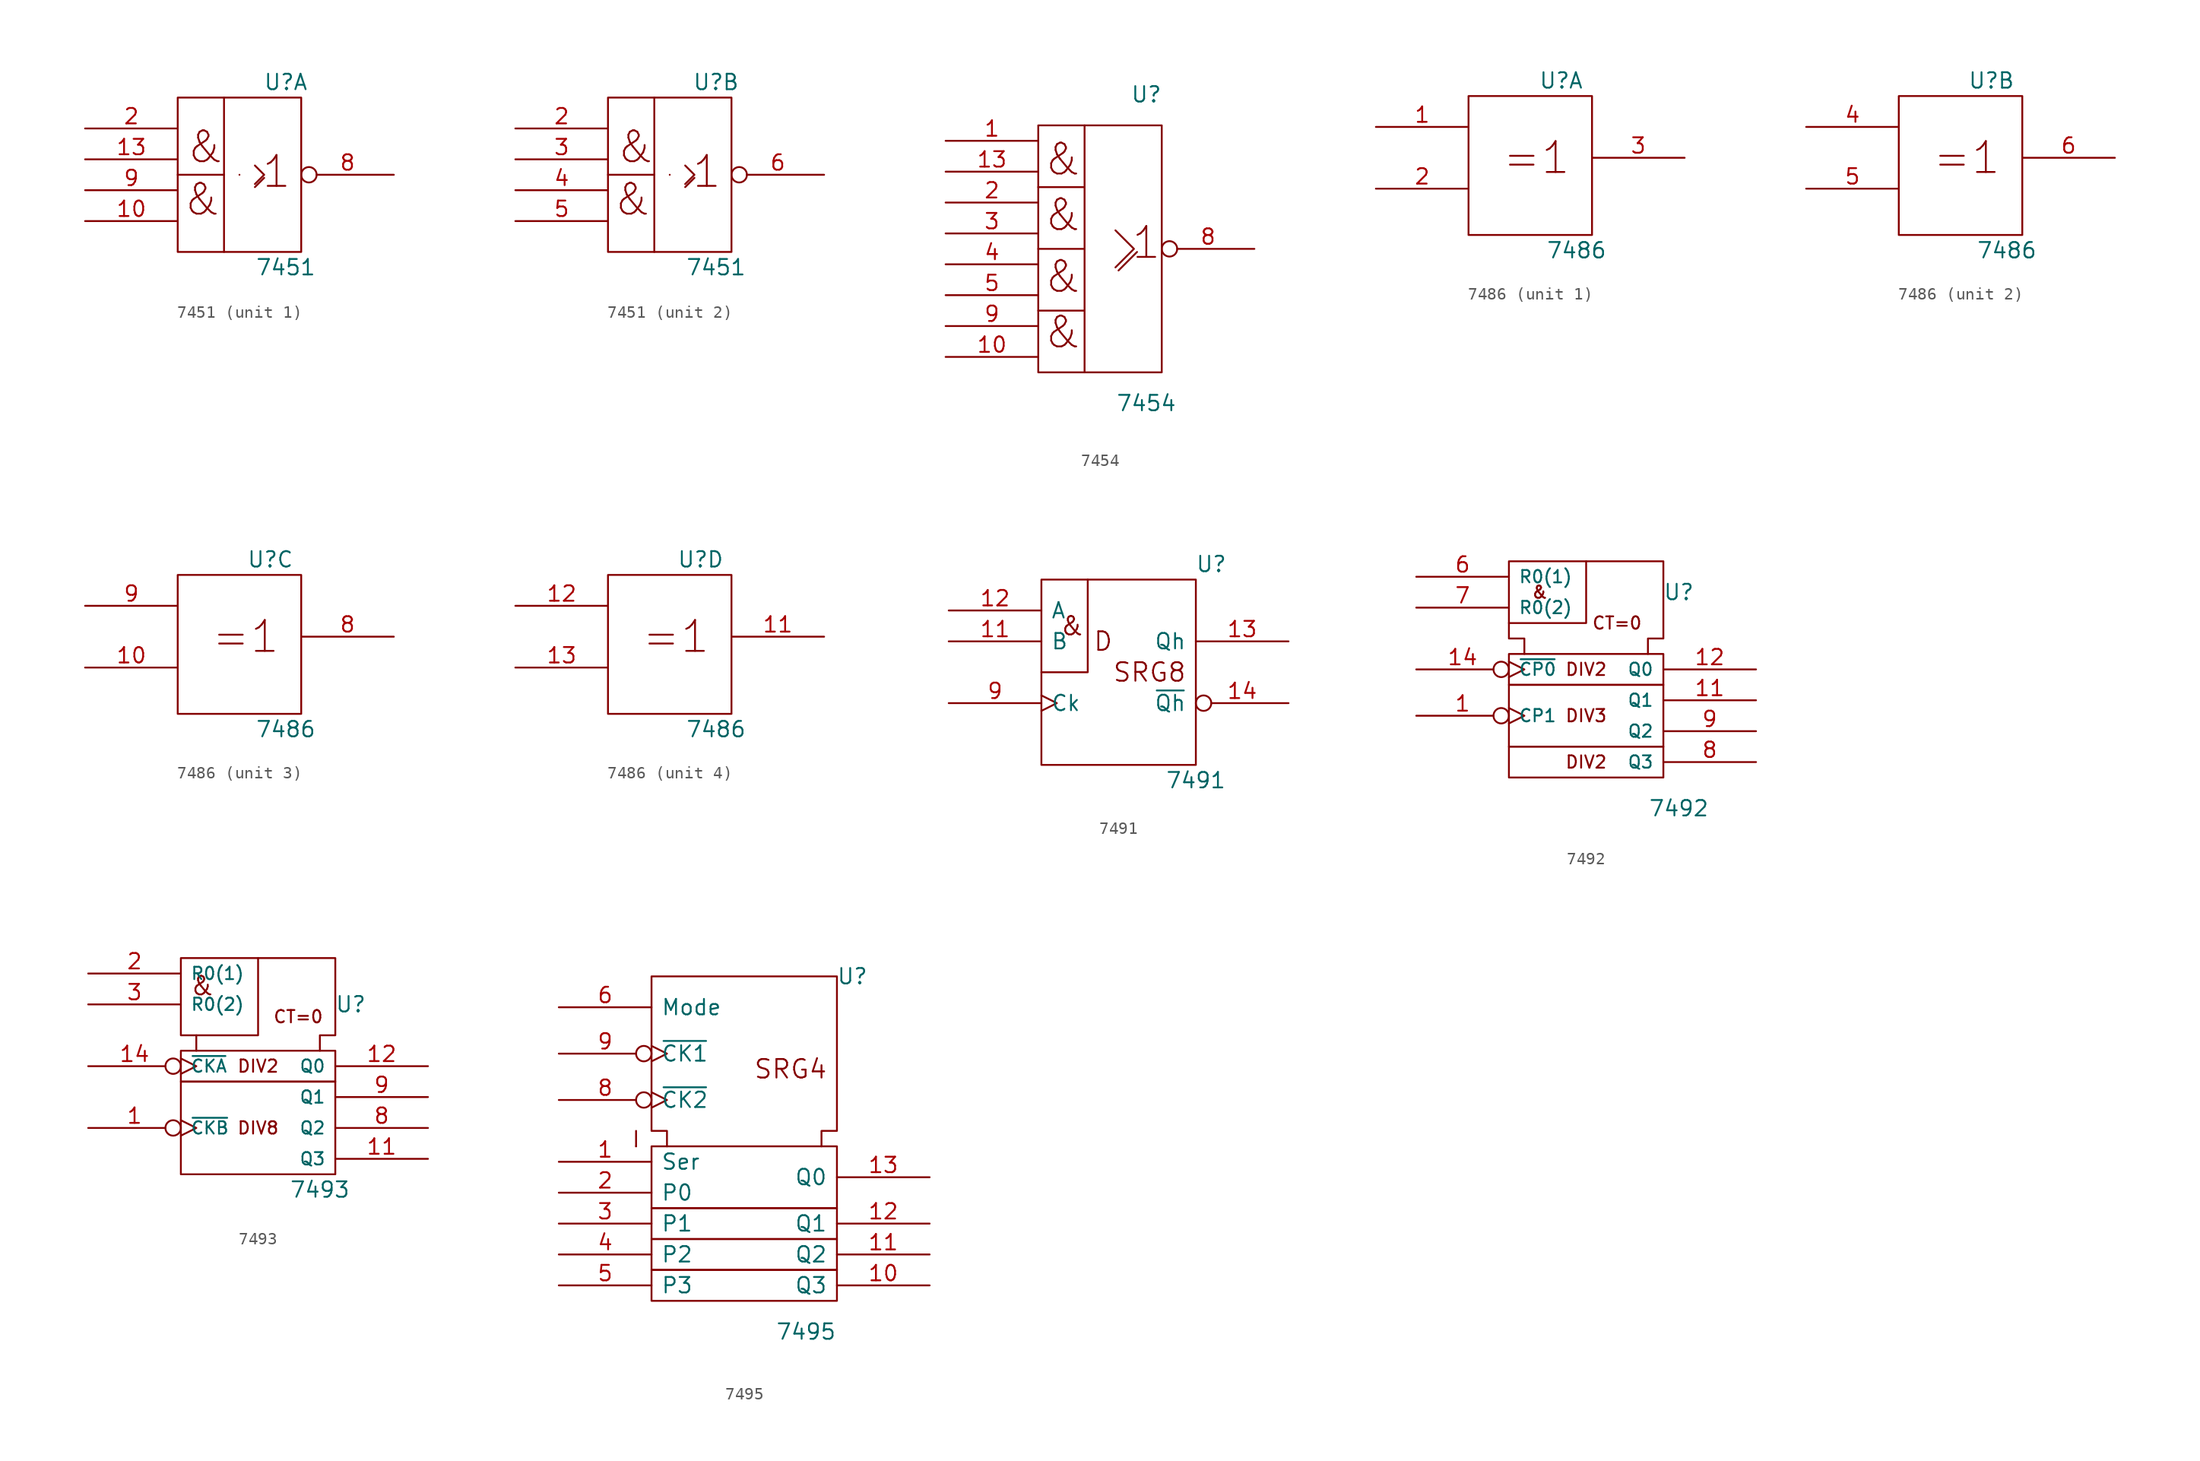
<source format=kicad_sym>
(kicad_symbol_lib
  (version 20201005)
  (generator kicad_symbol_editor)
  (symbol "7451"
    (pin_names
      (offset 0.762))
    (property "Reference" "U"
      (at 3.81 7.62 0)
      (effects (font (size 1.27 1.27))))
    (property "Value" "7451"
      (at 3.81 -7.62 0)
      (effects (font (size 1.27 1.27))))
    (symbol "7451_0_0"
      (text "&" (at -3.048 -2.032 0) (effects (font (size 2.54 2.54))))
      (text "&" (at -2.794 2.286 0) (effects (font (size 2.54 2.54))))
      (text "1" (at 3.048 0.254 0) (effects (font (size 2.54 2.54))))
      (rectangle (start 0 0) (end 0 0) (stroke (width 0)) (fill (type none)))
      (polyline (pts (xy 1.27 -1.016) (xy 2.032 -0.254) (xy 2.032 -0.254)) (stroke (width 0)) (fill (type none)))
      (polyline (pts (xy 1.27 0.762) (xy 2.032 0) (xy 1.27 -0.762) (xy 1.27 -0.762)) (stroke (width 0)) (fill (type none))))
    (symbol "7451_0_1"
      (rectangle (start -5.08 6.35) (end 5.08 -6.35) (stroke (width 0)) (fill (type none)))
      (polyline (pts (xy -1.27 0) (xy -1.27 -6.35) (xy -1.27 -6.35)) (stroke (width 0)) (fill (type none)))
      (polyline (pts (xy -1.27 6.35) (xy -1.27 0) (xy -5.08 0) (xy -5.08 0)) (stroke (width 0)) (fill (type none)))
      (pin power_in line (at 0 6.35 270) (length 0) hide (name "VCC" (effects (font (size 1.27 1.27)))) (number "14" (effects (font (size 1.27 1.27)))))
      (pin power_in line (at 0 -6.35 90) (length 0) hide (name "GND" (effects (font (size 1.27 1.27)))) (number "7" (effects (font (size 1.27 1.27))))))
    (symbol "7451_1_1"
      (pin input line (at -12.7 -3.81 0) (length 7.62) (name "~" (effects (font (size 1.27 1.27)))) (number "10" (effects (font (size 1.27 1.27)))))
      (pin input line (at -12.7 1.27 0) (length 7.62) (name "~" (effects (font (size 1.27 1.27)))) (number "13" (effects (font (size 1.27 1.27)))))
      (pin input line (at -12.7 3.81 0) (length 7.62) (name "~" (effects (font (size 1.27 1.27)))) (number "2" (effects (font (size 1.27 1.27)))))
      (pin output inverted (at 12.7 0 180) (length 7.62) (name "~" (effects (font (size 1.27 1.27)))) (number "8" (effects (font (size 1.27 1.27)))))
      (pin input line (at -12.7 -1.27 0) (length 7.62) (name "~" (effects (font (size 1.27 1.27)))) (number "9" (effects (font (size 1.27 1.27))))))
    (symbol "7451_2_1"
      (pin input line (at -12.7 3.81 0) (length 7.62) (name "~" (effects (font (size 1.27 1.27)))) (number "2" (effects (font (size 1.27 1.27)))))
      (pin input line (at -12.7 1.27 0) (length 7.62) (name "~" (effects (font (size 1.27 1.27)))) (number "3" (effects (font (size 1.27 1.27)))))
      (pin input line (at -12.7 -1.27 0) (length 7.62) (name "~" (effects (font (size 1.27 1.27)))) (number "4" (effects (font (size 1.27 1.27)))))
      (pin input line (at -12.7 -3.81 0) (length 7.62) (name "~" (effects (font (size 1.27 1.27)))) (number "5" (effects (font (size 1.27 1.27)))))
      (pin output inverted (at 12.7 0 180) (length 7.62) (name "~" (effects (font (size 1.27 1.27)))) (number "6" (effects (font (size 1.27 1.27)))))))
  (symbol "7454"
    (pin_names
      (offset 0.762))
    (property "Reference" "U"
      (at 3.81 12.7 0)
      (effects (font (size 1.27 1.27))))
    (property "Value" "7454"
      (at 3.81 -12.7 0)
      (effects (font (size 1.27 1.27))))
    (symbol "7454_0_0"
      (text "&" (at -3.048 -6.858 0) (effects (font (size 2.54 2.54))))
      (text "&" (at -3.048 -2.286 0) (effects (font (size 2.54 2.54))))
      (text "&" (at -3.048 2.794 0) (effects (font (size 2.54 2.54))))
      (text "&" (at -3.048 7.366 0) (effects (font (size 2.54 2.54))))
      (text "1" (at 3.81 0.508 0) (effects (font (size 2.54 2.54))))
      (polyline (pts (xy 1.524 -1.778) (xy 3.048 -0.254) (xy 3.048 -0.254)) (stroke (width 0)) (fill (type none)))
      (polyline (pts (xy 1.27 1.524) (xy 2.794 0) (xy 1.27 -1.524) (xy 1.27 -1.524)) (stroke (width 0)) (fill (type none)))
      (pin power_in line (at 0 10.16 270) (length 0) hide (name "VCC" (effects (font (size 1.27 1.27)))) (number "14" (effects (font (size 1.27 1.27))))))
    (symbol "7454_0_1"
      (rectangle (start -5.08 10.16) (end 5.08 -10.16) (stroke (width 0)) (fill (type none)))
      (polyline (pts (xy -1.27 10.16) (xy -1.27 5.08) (xy -5.08 5.08) (xy -1.27 5.08) (xy -1.27 0) (xy -5.08 0) (xy -1.27 0) (xy -1.27 -5.08) (xy -5.08 -5.08) (xy -1.27 -5.08) (xy -1.27 -10.16) (xy -1.27 -10.16)) (stroke (width 0)) (fill (type none)))
      (pin power_in line (at 0 -10.16 90) (length 0) hide (name "GND" (effects (font (size 1.27 1.27)))) (number "7" (effects (font (size 1.27 1.27))))))
    (symbol "7454_1_1"
      (pin input line (at -12.7 8.89 0) (length 7.62) (name "~" (effects (font (size 1.27 1.27)))) (number "1" (effects (font (size 1.27 1.27)))))
      (pin input line (at -12.7 -8.89 0) (length 7.62) (name "~" (effects (font (size 1.27 1.27)))) (number "10" (effects (font (size 1.27 1.27)))))
      (pin input line (at -12.7 6.35 0) (length 7.62) (name "~" (effects (font (size 1.27 1.27)))) (number "13" (effects (font (size 1.27 1.27)))))
      (pin input line (at -12.7 3.81 0) (length 7.62) (name "~" (effects (font (size 1.27 1.27)))) (number "2" (effects (font (size 1.27 1.27)))))
      (pin input line (at -12.7 1.27 0) (length 7.62) (name "~" (effects (font (size 1.27 1.27)))) (number "3" (effects (font (size 1.27 1.27)))))
      (pin input line (at -12.7 -1.27 0) (length 7.62) (name "~" (effects (font (size 1.27 1.27)))) (number "4" (effects (font (size 1.27 1.27)))))
      (pin input line (at -12.7 -3.81 0) (length 7.62) (name "~" (effects (font (size 1.27 1.27)))) (number "5" (effects (font (size 1.27 1.27)))))
      (pin output inverted (at 12.7 0 180) (length 7.62) (name "~" (effects (font (size 1.27 1.27)))) (number "8" (effects (font (size 1.27 1.27)))))
      (pin input line (at -12.7 -6.35 0) (length 7.62) (name "~" (effects (font (size 1.27 1.27)))) (number "9" (effects (font (size 1.27 1.27)))))))
  (symbol "7486"
    (pin_names
      (offset 0.762))
    (property "Reference" "U"
      (at 2.54 6.35 0)
      (effects (font (size 1.27 1.27))))
    (property "Value" "7486"
      (at 3.81 -7.62 0)
      (effects (font (size 1.27 1.27))))
    (symbol "7486_0_1"
      (text "=1" (at 0.508 0 0) (effects (font (size 2.54 2.54))))
      (rectangle (start -5.08 5.08) (end 5.08 -6.35) (stroke (width 0)) (fill (type none)))
      (pin power_in line (at 0 5.08 270) (length 0) hide (name "Vcc" (effects (font (size 1.27 1.27)))) (number "14" (effects (font (size 1.27 1.27)))))
      (pin power_in line (at 0 -6.35 90) (length 0) hide (name "Gnd" (effects (font (size 1.27 1.27)))) (number "7" (effects (font (size 1.27 1.27))))))
    (symbol "7486_1_1"
      (pin input line (at -12.7 2.54 0) (length 7.62) (name "~" (effects (font (size 1.27 1.27)))) (number "1" (effects (font (size 1.27 1.27)))))
      (pin input line (at -12.7 -2.54 0) (length 7.62) (name "~" (effects (font (size 1.27 1.27)))) (number "2" (effects (font (size 1.27 1.27)))))
      (pin output line (at 12.7 0 180) (length 7.62) (name "~" (effects (font (size 1.27 1.27)))) (number "3" (effects (font (size 1.27 1.27))))))
    (symbol "7486_2_1"
      (pin input line (at -12.7 2.54 0) (length 7.62) (name "~" (effects (font (size 1.27 1.27)))) (number "4" (effects (font (size 1.27 1.27)))))
      (pin input line (at -12.7 -2.54 0) (length 7.62) (name "~" (effects (font (size 1.27 1.27)))) (number "5" (effects (font (size 1.27 1.27)))))
      (pin output line (at 12.7 0 180) (length 7.62) (name "~" (effects (font (size 1.27 1.27)))) (number "6" (effects (font (size 1.27 1.27))))))
    (symbol "7486_3_1"
      (pin input line (at -12.7 -2.54 0) (length 7.62) (name "~" (effects (font (size 1.27 1.27)))) (number "10" (effects (font (size 1.27 1.27)))))
      (pin output line (at 12.7 0 180) (length 7.62) (name "~" (effects (font (size 1.27 1.27)))) (number "8" (effects (font (size 1.27 1.27)))))
      (pin input line (at -12.7 2.54 0) (length 7.62) (name "~" (effects (font (size 1.27 1.27)))) (number "9" (effects (font (size 1.27 1.27))))))
    (symbol "7486_4_1"
      (pin output line (at 12.7 0 180) (length 7.62) (name "~" (effects (font (size 1.27 1.27)))) (number "11" (effects (font (size 1.27 1.27)))))
      (pin input line (at -12.7 2.54 0) (length 7.62) (name "~" (effects (font (size 1.27 1.27)))) (number "12" (effects (font (size 1.27 1.27)))))
      (pin input line (at -12.7 -2.54 0) (length 7.62) (name "~" (effects (font (size 1.27 1.27)))) (number "13" (effects (font (size 1.27 1.27)))))))
  (symbol "7491"
    (pin_names
      (offset 0.762))
    (property "Reference" "U"
      (at 7.62 8.89 0)
      (effects (font (size 1.27 1.27))))
    (property "Value" "7491"
      (at 6.35 -8.89 0)
      (effects (font (size 1.27 1.27))))
    (symbol "7491_0_0"
      (text "&" (at -3.81 3.81 0) (effects (font (size 1.524 1.524))))
      (text "D" (at -1.27 2.54 0) (effects (font (size 1.524 1.524))))
      (text "SRG8" (at 2.54 0 0) (effects (font (size 1.524 1.524))))
      (pin power_in line (at 0 -7.62 90) (length 0) hide (name "GND" (effects (font (size 1.27 1.27)))) (number "10" (effects (font (size 1.27 1.27)))))
      (pin power_in line (at 0 7.62 270) (length 0) hide (name "VCC" (effects (font (size 1.27 1.27)))) (number "5" (effects (font (size 1.27 1.27))))))
    (symbol "7491_0_1"
      (rectangle (start -6.35 7.62) (end 6.35 -7.62) (stroke (width 0)) (fill (type none)))
      (polyline (pts (xy -2.54 7.62) (xy -2.54 0) (xy -6.35 0) (xy -6.35 0)) (stroke (width 0)) (fill (type none))))
    (symbol "7491_1_1"
      (pin input line (at -13.97 2.54 0) (length 7.62) (name "B" (effects (font (size 1.27 1.27)))) (number "11" (effects (font (size 1.27 1.27)))))
      (pin input line (at -13.97 5.08 0) (length 7.62) (name "A" (effects (font (size 1.27 1.27)))) (number "12" (effects (font (size 1.27 1.27)))))
      (pin output line (at 13.97 2.54 180) (length 7.62) (name "Qh" (effects (font (size 1.27 1.27)))) (number "13" (effects (font (size 1.27 1.27)))))
      (pin output inverted (at 13.97 -2.54 180) (length 7.62) (name "~Qh" (effects (font (size 1.27 1.27)))) (number "14" (effects (font (size 1.27 1.27)))))
      (pin input clock (at -13.97 -2.54 0) (length 7.62) (name "Ck" (effects (font (size 1.27 1.27)))) (number "9" (effects (font (size 1.27 1.27)))))))
  (symbol "7492"
    (pin_names
      (offset 0.762))
    (property "Reference" "U"
      (at 7.62 6.35 0)
      (effects (font (size 1.27 1.27))))
    (property "Value" "7492"
      (at 7.62 -11.43 0)
      (effects (font (size 1.27 1.27))))
    (symbol "7492_0_0"
      (text "&" (at -3.81 6.35 0) (effects (font (size 1.016 1.016))))
      (text "CT=0" (at 2.54 3.81 0) (effects (font (size 1.016 1.016))))
      (text "DIV2" (at 0 -7.62 0) (effects (font (size 1.016 1.016))))
      (text "DIV2" (at 0 0 0) (effects (font (size 1.016 1.016))))
      (text "DIV3" (at 0 -3.81 0) (effects (font (size 1.016 1.016))))
      (rectangle (start -6.35 -6.35) (end 6.35 -8.89) (stroke (width 0)) (fill (type none)))
      (rectangle (start -6.35 -1.27) (end 6.35 -6.35) (stroke (width 0)) (fill (type none)))
      (rectangle (start -6.35 1.27) (end 6.35 -1.27) (stroke (width 0)) (fill (type none)))
      (polyline (pts (xy 0 8.89) (xy 0 3.81) (xy -6.35 3.81) (xy -6.35 3.81)) (stroke (width 0)) (fill (type none)))
      (polyline (pts (xy -5.08 1.27) (xy -5.08 2.54) (xy -6.35 2.54) (xy -6.35 8.89) (xy 6.35 8.89) (xy 6.35 2.54) (xy 5.08 2.54) (xy 5.08 1.27) (xy 5.08 1.27)) (stroke (width 0)) (fill (type none)))
      (pin input line (at 2.54 8.89 270) (length 0) hide (name "GND" (effects (font (size 1.016 1.016)))) (number "10" (effects (font (size 1.27 1.27)))))
      (pin power_in line (at 5.08 8.89 270) (length 0) hide (name "VCC" (effects (font (size 1.016 1.016)))) (number "5" (effects (font (size 1.27 1.27))))))
    (symbol "7492_1_1"
      (pin input inverted_clock (at -13.97 -3.81 0) (length 7.62) (name "CP1" (effects (font (size 1.016 1.016)))) (number "1" (effects (font (size 1.27 1.27)))))
      (pin output line (at 13.97 -2.54 180) (length 7.62) (name "Q1" (effects (font (size 1.016 1.016)))) (number "11" (effects (font (size 1.27 1.27)))))
      (pin output line (at 13.97 0 180) (length 7.62) (name "Q0" (effects (font (size 1.016 1.016)))) (number "12" (effects (font (size 1.27 1.27)))))
      (pin input inverted_clock (at -13.97 0 0) (length 7.62) (name "~CP0" (effects (font (size 1.016 1.016)))) (number "14" (effects (font (size 1.27 1.27)))))
      (pin input line (at -13.97 7.62 0) (length 7.62) (name "R0(1)" (effects (font (size 1.016 1.016)))) (number "6" (effects (font (size 1.27 1.27)))))
      (pin input line (at -13.97 5.08 0) (length 7.62) (name "R0(2)" (effects (font (size 1.016 1.016)))) (number "7" (effects (font (size 1.27 1.27)))))
      (pin output line (at 13.97 -7.62 180) (length 7.62) (name "Q3" (effects (font (size 1.016 1.016)))) (number "8" (effects (font (size 1.27 1.27)))))
      (pin output line (at 13.97 -5.08 180) (length 7.62) (name "Q2" (effects (font (size 1.016 1.016)))) (number "9" (effects (font (size 1.27 1.27)))))))
  (symbol "7493"
    (pin_names
      (offset 0.762))
    (property "Reference" "U"
      (at 7.62 5.08 0)
      (effects (font (size 1.27 1.27))))
    (property "Value" "7493"
      (at 5.08 -10.16 0)
      (effects (font (size 1.27 1.27))))
    (symbol "7493_0_0"
      (text "&" (at -4.572 6.604 0) (effects (font (size 1.524 1.524))))
      (text "CT=0" (at 3.302 4.064 0) (effects (font (size 1.016 1.016))))
      (text "DIV2" (at 0 0 0) (effects (font (size 1.016 1.016))))
      (text "DIV8" (at 0 -5.08 0) (effects (font (size 1.016 1.016))))
      (rectangle (start -6.35 -1.27) (end 6.35 -8.89) (stroke (width 0)) (fill (type none)))
      (rectangle (start -6.35 1.27) (end 6.35 -1.27) (stroke (width 0)) (fill (type none)))
      (polyline (pts (xy 0 8.89) (xy 0 2.54) (xy -5.08 2.54) (xy -5.08 2.54)) (stroke (width 0)) (fill (type none)))
      (polyline (pts (xy -5.08 1.27) (xy -5.08 2.54) (xy -6.35 2.54) (xy -6.35 8.89) (xy 6.35 8.89) (xy 6.35 2.54) (xy 5.08 2.54) (xy 5.08 1.27) (xy 5.08 1.27)) (stroke (width 0)) (fill (type none)))
      (pin input line (at 1.27 8.89 270) (length 0) hide (name "GND" (effects (font (size 1.016 1.016)))) (number "10" (effects (font (size 1.27 1.27)))))
      (pin power_in line (at 5.08 8.89 270) (length 0) hide (name "VCC" (effects (font (size 1.016 1.016)))) (number "5" (effects (font (size 1.27 1.27))))))
    (symbol "7493_1_1"
      (pin input inverted_clock (at -13.97 -5.08 0) (length 7.62) (name "~CKB" (effects (font (size 1.016 1.016)))) (number "1" (effects (font (size 1.27 1.27)))))
      (pin output line (at 13.97 -7.62 180) (length 7.62) (name "Q3" (effects (font (size 1.016 1.016)))) (number "11" (effects (font (size 1.27 1.27)))))
      (pin output line (at 13.97 0 180) (length 7.62) (name "Q0" (effects (font (size 1.016 1.016)))) (number "12" (effects (font (size 1.27 1.27)))))
      (pin input inverted_clock (at -13.97 0 0) (length 7.62) (name "~CKA" (effects (font (size 1.016 1.016)))) (number "14" (effects (font (size 1.27 1.27)))))
      (pin input line (at -13.97 7.62 0) (length 7.62) (name "R0(1)" (effects (font (size 1.016 1.016)))) (number "2" (effects (font (size 1.27 1.27)))))
      (pin input line (at -13.97 5.08 0) (length 7.62) (name "R0(2)" (effects (font (size 1.016 1.016)))) (number "3" (effects (font (size 1.27 1.27)))))
      (pin output line (at 13.97 -5.08 180) (length 7.62) (name "Q2" (effects (font (size 1.016 1.016)))) (number "8" (effects (font (size 1.27 1.27)))))
      (pin output line (at 13.97 -2.54 180) (length 7.62) (name "Q1" (effects (font (size 1.016 1.016)))) (number "9" (effects (font (size 1.27 1.27)))))))
  (symbol "7495"
    (pin_names
      (offset 0.762))
    (property "Reference" "U"
      (at 8.89 13.97 0)
      (effects (font (size 1.27 1.27))))
    (property "Value" "7495"
      (at 5.08 -15.24 0)
      (effects (font (size 1.27 1.27))))
    (symbol "7495_0_0"
      (text "SRG4" (at 3.81 6.35 0) (effects (font (size 1.524 1.524))))
      (polyline (pts (xy -8.89 0) (xy -8.89 0)) (stroke (width 0)) (fill (type none)))
      (polyline (pts (xy -8.89 1.27) (xy -8.89 0) (xy -8.89 0)) (stroke (width 0)) (fill (type none)))
      (pin power_in line (at 5.08 13.97 270) (length 0) hide (name "VCC" (effects (font (size 1.27 1.27)))) (number "14" (effects (font (size 1.27 1.27)))))
      (pin power_in line (at 0 13.97 270) (length 0) hide (name "GND" (effects (font (size 1.27 1.27)))) (number "7" (effects (font (size 1.27 1.27))))))
    (symbol "7495_0_1"
      (rectangle (start -7.62 -10.16) (end 7.62 -12.7) (stroke (width 0)) (fill (type none)))
      (rectangle (start -7.62 -7.62) (end 7.62 -10.16) (stroke (width 0)) (fill (type none)))
      (rectangle (start -7.62 -5.08) (end 7.62 -7.62) (stroke (width 0)) (fill (type none)))
      (rectangle (start -7.62 0) (end 7.62 -5.08) (stroke (width 0)) (fill (type none)))
      (polyline (pts (xy -6.35 0) (xy -6.35 1.27) (xy -7.62 1.27) (xy -7.62 13.97) (xy 7.62 13.97) (xy 7.62 1.27) (xy 6.35 1.27) (xy 6.35 0) (xy 6.35 0)) (stroke (width 0)) (fill (type none))))
    (symbol "7495_1_1"
      (pin input line (at -15.24 -1.27 0) (length 7.62) (name "Ser" (effects (font (size 1.27 1.27)))) (number "1" (effects (font (size 1.27 1.27)))))
      (pin output line (at 15.24 -11.43 180) (length 7.62) (name "Q3" (effects (font (size 1.27 1.27)))) (number "10" (effects (font (size 1.27 1.27)))))
      (pin output line (at 15.24 -8.89 180) (length 7.62) (name "Q2" (effects (font (size 1.27 1.27)))) (number "11" (effects (font (size 1.27 1.27)))))
      (pin output line (at 15.24 -6.35 180) (length 7.62) (name "Q1" (effects (font (size 1.27 1.27)))) (number "12" (effects (font (size 1.27 1.27)))))
      (pin output line (at 15.24 -2.54 180) (length 7.62) (name "Q0" (effects (font (size 1.27 1.27)))) (number "13" (effects (font (size 1.27 1.27)))))
      (pin input line (at -15.24 -3.81 0) (length 7.62) (name "P0" (effects (font (size 1.27 1.27)))) (number "2" (effects (font (size 1.27 1.27)))))
      (pin input line (at -15.24 -6.35 0) (length 7.62) (name "P1" (effects (font (size 1.27 1.27)))) (number "3" (effects (font (size 1.27 1.27)))))
      (pin input line (at -15.24 -8.89 0) (length 7.62) (name "P2" (effects (font (size 1.27 1.27)))) (number "4" (effects (font (size 1.27 1.27)))))
      (pin input line (at -15.24 -11.43 0) (length 7.62) (name "P3" (effects (font (size 1.27 1.27)))) (number "5" (effects (font (size 1.27 1.27)))))
      (pin input line (at -15.24 11.43 0) (length 7.62) (name "Mode" (effects (font (size 1.27 1.27)))) (number "6" (effects (font (size 1.27 1.27)))))
      (pin input inverted_clock (at -15.24 3.81 0) (length 7.62) (name "~CK2" (effects (font (size 1.27 1.27)))) (number "8" (effects (font (size 1.27 1.27)))))
      (pin input inverted_clock (at -15.24 7.62 0) (length 7.62) (name "~CK1" (effects (font (size 1.27 1.27)))) (number "9" (effects (font (size 1.27 1.27))))))))
</source>
